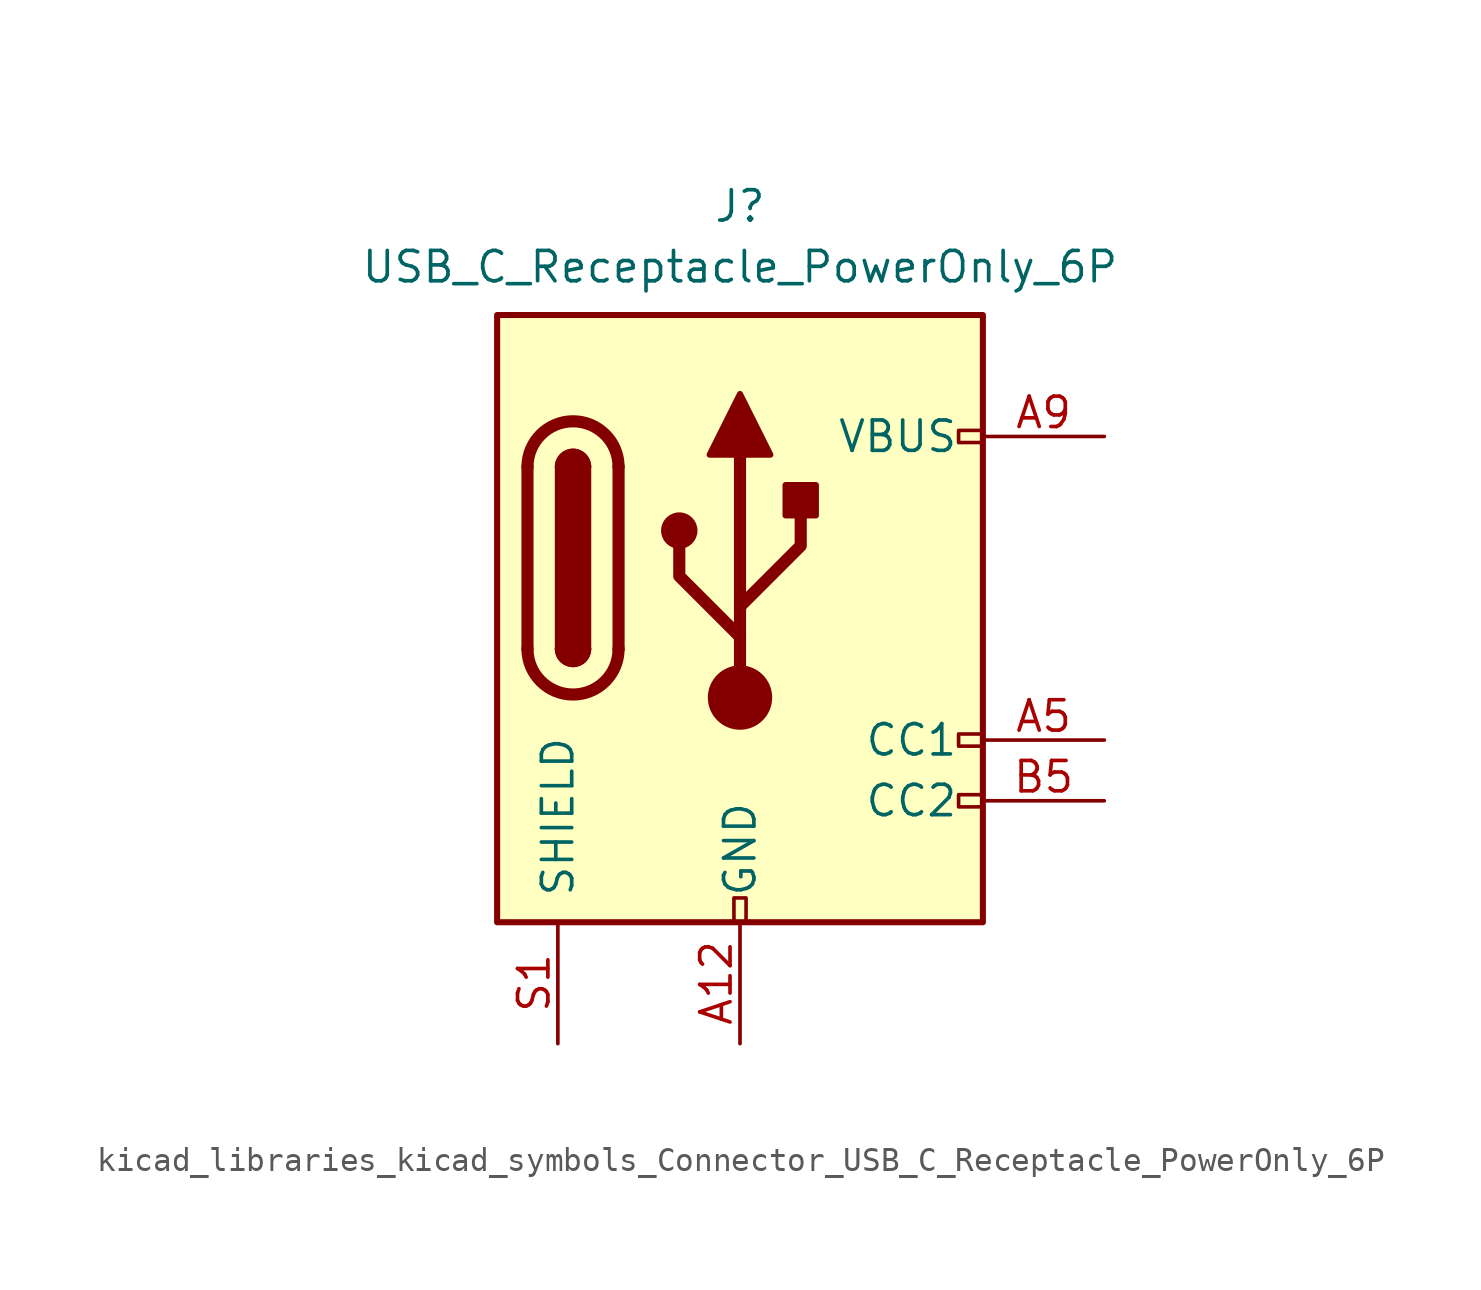
<source format=kicad_sym>
(kicad_symbol_lib
  (version 20220914)
  (generator kicad_symbol_editor)
  (symbol "kicad_libraries_kicad_symbols_Connector_USB_C_Receptacle_PowerOnly_6P"
    (pin_names
      (offset 1.016))
    (property "Reference" "J"
      (at 0 16.51 0)
      (effects (font (size 1.27 1.27)) (justify bottom)))
    (property "Value" "USB_C_Receptacle_PowerOnly_6P"
      (at 0 13.97 0)
      (effects (font (size 1.27 1.27)) (justify bottom)))
    (symbol "kicad_libraries_kicad_symbols_Connector_USB_C_Receptacle_PowerOnly_6P_0_0"
      (rectangle (start -0.254 -12.7) (end 0.254 -11.684) (stroke (width 0) (type default)) (fill (type none)))
      (rectangle (start 10.16 -7.366) (end 9.144 -7.874) (stroke (width 0) (type default)) (fill (type none)))
      (rectangle (start 10.16 -4.826) (end 9.144 -5.334) (stroke (width 0) (type default)) (fill (type none)))
      (rectangle (start 10.16 7.874) (end 9.144 7.366) (stroke (width 0) (type default)) (fill (type none))))
    (symbol "kicad_libraries_kicad_symbols_Connector_USB_C_Receptacle_PowerOnly_6P_0_1"
      (rectangle (start -10.16 12.7) (end 10.16 -12.7) (stroke (width 0.254) (type default)) (fill (type background)))
      (arc (start -8.89 -1.27) (mid -6.985 -3.1667) (end -5.08 -1.27) (stroke (width 0.508) (type default)) (fill (type none)))
      (arc (start -7.62 -1.27) (mid -6.985 -1.9023) (end -6.35 -1.27) (stroke (width 0.254) (type default)) (fill (type none)))
      (arc (start -7.62 -1.27) (mid -6.985 -1.9023) (end -6.35 -1.27) (stroke (width 0.254) (type default)) (fill (type outline)))
      (rectangle (start -7.62 -1.27) (end -6.35 6.35) (stroke (width 0.254) (type default)) (fill (type outline)))
      (arc (start -6.35 6.35) (mid -6.985 6.9823) (end -7.62 6.35) (stroke (width 0.254) (type default)) (fill (type none)))
      (arc (start -6.35 6.35) (mid -6.985 6.9823) (end -7.62 6.35) (stroke (width 0.254) (type default)) (fill (type outline)))
      (arc (start -5.08 6.35) (mid -6.985 8.2467) (end -8.89 6.35) (stroke (width 0.508) (type default)) (fill (type none)))
      (circle (center -2.54 3.683) (radius 0.635) (stroke (width 0.254) (type default)) (fill (type outline)))
      (circle (center 0 -3.302) (radius 1.27) (stroke (width 0) (type default)) (fill (type outline)))
      (polyline (pts (xy -8.89 -1.27) (xy -8.89 6.35)) (stroke (width 0.508) (type default)) (fill (type none)))
      (polyline (pts (xy -5.08 6.35) (xy -5.08 -1.27)) (stroke (width 0.508) (type default)) (fill (type none)))
      (polyline (pts (xy 0 -3.302) (xy 0 6.858)) (stroke (width 0.508) (type default)) (fill (type none)))
      (polyline (pts (xy 0 -0.762) (xy -2.54 1.778) (xy -2.54 3.048)) (stroke (width 0.508) (type default)) (fill (type none)))
      (polyline (pts (xy 0 0.508) (xy 2.54 3.048) (xy 2.54 4.318)) (stroke (width 0.508) (type default)) (fill (type none)))
      (polyline (pts (xy -1.27 6.858) (xy 0 9.398) (xy 1.27 6.858) (xy -1.27 6.858)) (stroke (width 0.254) (type default)) (fill (type outline)))
      (rectangle (start 1.905 4.318) (end 3.175 5.588) (stroke (width 0.254) (type default)) (fill (type outline))))
    (symbol "kicad_libraries_kicad_symbols_Connector_USB_C_Receptacle_PowerOnly_6P_1_1"
      (pin passive line (at 0 -17.78 90) (length 5.08) (name "GND" (effects (font (size 1.27 1.27)))) (number "A12" (effects (font (size 1.27 1.27)))))
      (pin bidirectional line (at 15.24 -5.08 180) (length 5.08) (name "CC1" (effects (font (size 1.27 1.27)))) (number "A5" (effects (font (size 1.27 1.27)))))
      (pin passive line (at 15.24 7.62 180) (length 5.08) (name "VBUS" (effects (font (size 1.27 1.27)))) (number "A9" (effects (font (size 1.27 1.27)))))
      (pin passive line (at 0 -17.78 90) (length 5.08) hide (name "GND" (effects (font (size 1.27 1.27)))) (number "B12" (effects (font (size 1.27 1.27)))))
      (pin bidirectional line (at 15.24 -7.62 180) (length 5.08) (name "CC2" (effects (font (size 1.27 1.27)))) (number "B5" (effects (font (size 1.27 1.27)))))
      (pin passive line (at 15.24 7.62 180) (length 5.08) hide (name "VBUS" (effects (font (size 1.27 1.27)))) (number "B9" (effects (font (size 1.27 1.27)))))
      (pin passive line (at -7.62 -17.78 90) (length 5.08) (name "SHIELD" (effects (font (size 1.27 1.27)))) (number "S1" (effects (font (size 1.27 1.27))))))))
</source>
